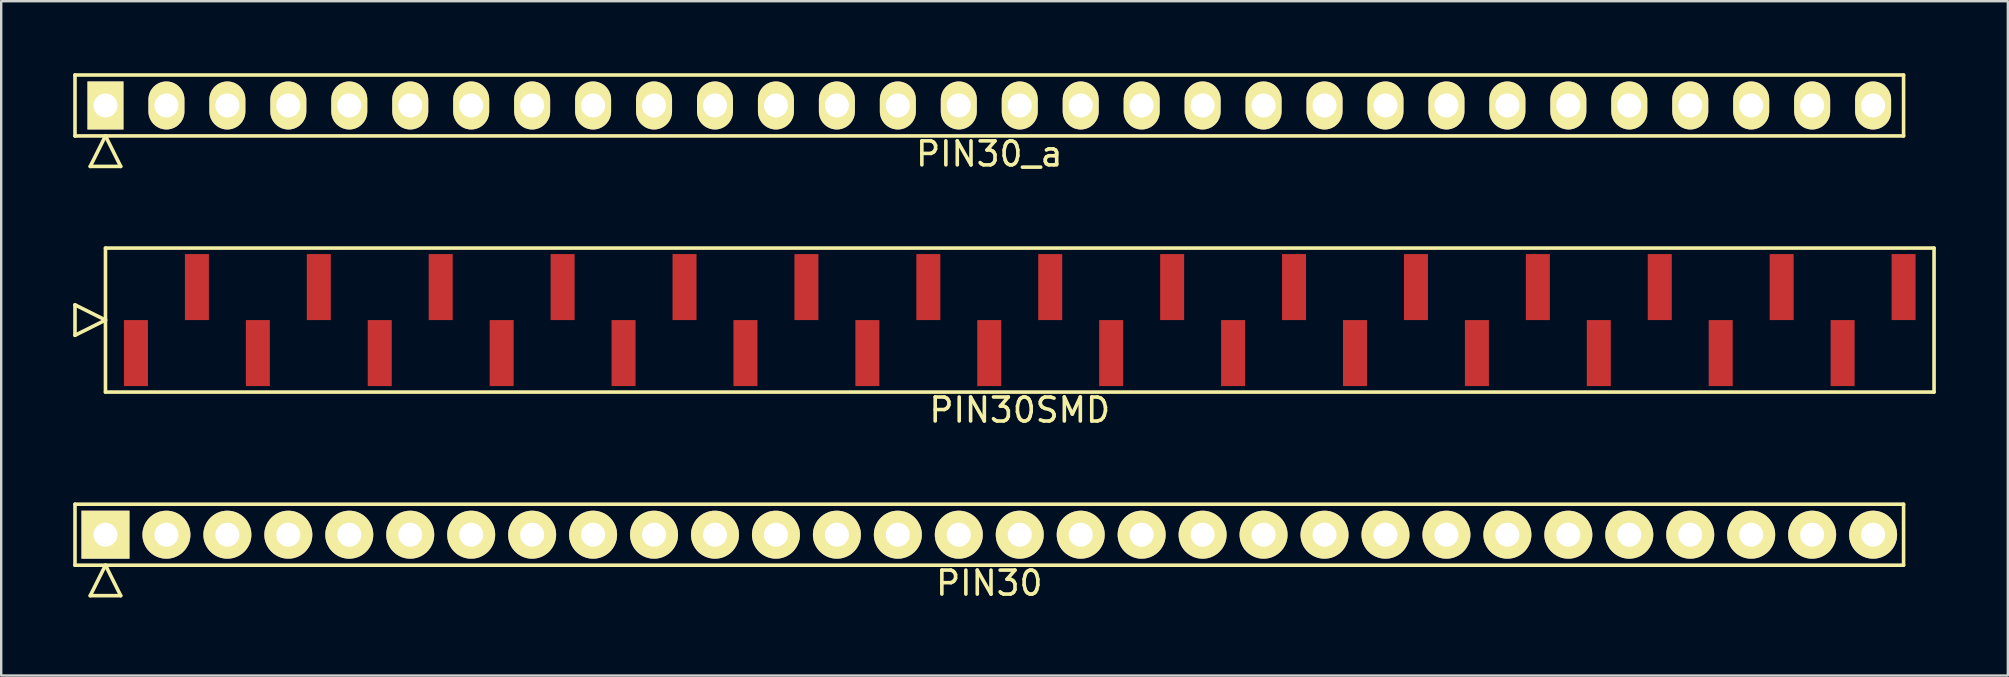
<source format=kicad_pcb>
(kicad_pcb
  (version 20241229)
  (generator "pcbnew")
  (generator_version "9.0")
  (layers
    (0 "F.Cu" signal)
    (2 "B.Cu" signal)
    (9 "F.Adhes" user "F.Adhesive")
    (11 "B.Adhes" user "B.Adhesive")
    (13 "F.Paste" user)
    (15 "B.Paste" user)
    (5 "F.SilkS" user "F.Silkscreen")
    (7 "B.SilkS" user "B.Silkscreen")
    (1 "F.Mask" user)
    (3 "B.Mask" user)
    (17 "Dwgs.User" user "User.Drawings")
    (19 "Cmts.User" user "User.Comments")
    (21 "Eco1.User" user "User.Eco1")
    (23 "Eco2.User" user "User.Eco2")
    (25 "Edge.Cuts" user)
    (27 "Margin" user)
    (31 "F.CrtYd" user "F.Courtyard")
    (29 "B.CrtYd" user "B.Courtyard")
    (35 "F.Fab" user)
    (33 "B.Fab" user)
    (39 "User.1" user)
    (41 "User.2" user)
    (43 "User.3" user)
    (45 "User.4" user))
  (footprint "PIN30_a"
    (layer "F.Cu")
    (at 38.175 1.345)
    (property "Reference" "PIN30_a" (at 0 2.02 0) (layer "F.SilkS") (effects (font (size 1 1) (thickness 0.15))))
    (attr through_hole)
    (fp_line (start -38.1 -1.27) (end -38.1 1.27) (stroke (width 0.15) (type solid)) (layer "F.SilkS"))
    (fp_line (start -38.1 1.27) (end 38.1 1.27) (stroke (width 0.15) (type solid)) (layer "F.SilkS"))
    (fp_line (start -37.465 2.54) (end -36.83 1.27) (stroke (width 0.15) (type solid)) (layer "F.SilkS"))
    (fp_line (start -37.465 2.54) (end -36.195 2.54) (stroke (width 0.15) (type solid)) (layer "F.SilkS"))
    (fp_line (start -36.195 2.54) (end -36.83 1.27) (stroke (width 0.15) (type solid)) (layer "F.SilkS"))
    (fp_line (start 38.1 -1.27) (end -38.1 -1.27) (stroke (width 0.15) (type solid)) (layer "F.SilkS"))
    (fp_line (start 38.1 1.27) (end 38.1 -1.27) (stroke (width 0.15) (type solid)) (layer "F.SilkS"))
    (pad "1" thru_hole rect (at -36.83 0) (size 1.5 2) (drill 1) (layers "*.Cu" "*.Mask" "F.SilkS"))
    (pad "2" thru_hole oval (at -34.29 0) (size 1.5 2) (drill 1) (layers "*.Cu" "*.Mask" "F.SilkS"))
    (pad "3" thru_hole oval (at -31.75 0) (size 1.5 2) (drill 1) (layers "*.Cu" "*.Mask" "F.SilkS"))
    (pad "4" thru_hole oval (at -29.21 0) (size 1.5 2) (drill 1) (layers "*.Cu" "*.Mask" "F.SilkS"))
    (pad "5" thru_hole oval (at -26.67 0) (size 1.5 2) (drill 1) (layers "*.Cu" "*.Mask" "F.SilkS"))
    (pad "6" thru_hole oval (at -24.13 0) (size 1.5 2) (drill 1) (layers "*.Cu" "*.Mask" "F.SilkS"))
    (pad "7" thru_hole oval (at -21.59 0) (size 1.5 2) (drill 1) (layers "*.Cu" "*.Mask" "F.SilkS"))
    (pad "8" thru_hole oval (at -19.05 0) (size 1.5 2) (drill 1) (layers "*.Cu" "*.Mask" "F.SilkS"))
    (pad "9" thru_hole oval (at -16.51 0) (size 1.5 2) (drill 1) (layers "*.Cu" "*.Mask" "F.SilkS"))
    (pad "10" thru_hole oval (at -13.97 0) (size 1.5 2) (drill 1) (layers "*.Cu" "*.Mask" "F.SilkS"))
    (pad "11" thru_hole oval (at -11.43 0) (size 1.5 2) (drill 1) (layers "*.Cu" "*.Mask" "F.SilkS"))
    (pad "12" thru_hole oval (at -8.89 0) (size 1.5 2) (drill 1) (layers "*.Cu" "*.Mask" "F.SilkS"))
    (pad "13" thru_hole oval (at -6.35 0) (size 1.5 2) (drill 1) (layers "*.Cu" "*.Mask" "F.SilkS"))
    (pad "14" thru_hole oval (at -3.81 0) (size 1.5 2) (drill 1) (layers "*.Cu" "*.Mask" "F.SilkS"))
    (pad "15" thru_hole oval (at -1.27 0) (size 1.5 2) (drill 1) (layers "*.Cu" "*.Mask" "F.SilkS"))
    (pad "16" thru_hole oval (at 1.27 0) (size 1.5 2) (drill 1) (layers "*.Cu" "*.Mask" "F.SilkS"))
    (pad "17" thru_hole oval (at 3.81 0) (size 1.5 2) (drill 1) (layers "*.Cu" "*.Mask" "F.SilkS"))
    (pad "18" thru_hole oval (at 6.35 0) (size 1.5 2) (drill 1) (layers "*.Cu" "*.Mask" "F.SilkS"))
    (pad "19" thru_hole oval (at 8.89 0) (size 1.5 2) (drill 1) (layers "*.Cu" "*.Mask" "F.SilkS"))
    (pad "20" thru_hole oval (at 11.43 0) (size 1.5 2) (drill 1) (layers "*.Cu" "*.Mask" "F.SilkS"))
    (pad "21" thru_hole oval (at 13.97 0) (size 1.5 2) (drill 1) (layers "*.Cu" "*.Mask" "F.SilkS"))
    (pad "22" thru_hole oval (at 16.51 0) (size 1.5 2) (drill 1) (layers "*.Cu" "*.Mask" "F.SilkS"))
    (pad "23" thru_hole oval (at 19.05 0) (size 1.5 2) (drill 1) (layers "*.Cu" "*.Mask" "F.SilkS"))
    (pad "24" thru_hole oval (at 21.59 0) (size 1.5 2) (drill 1) (layers "*.Cu" "*.Mask" "F.SilkS"))
    (pad "25" thru_hole oval (at 24.13 0) (size 1.5 2) (drill 1) (layers "*.Cu" "*.Mask" "F.SilkS"))
    (pad "26" thru_hole oval (at 26.67 0) (size 1.5 2) (drill 1) (layers "*.Cu" "*.Mask" "F.SilkS"))
    (pad "27" thru_hole oval (at 29.21 0) (size 1.5 2) (drill 1) (layers "*.Cu" "*.Mask" "F.SilkS"))
    (pad "28" thru_hole oval (at 31.75 0) (size 1.5 2) (drill 1) (layers "*.Cu" "*.Mask" "F.SilkS"))
    (pad "29" thru_hole oval (at 34.29 0) (size 1.5 2) (drill 1) (layers "*.Cu" "*.Mask" "F.SilkS"))
    (pad "30" thru_hole oval (at 36.83 0) (size 1.5 2) (drill 1) (layers "*.Cu" "*.Mask" "F.SilkS")))
  (footprint "PIN30"
    (layer "F.Cu")
    (at 38.175 19.232)
    (property "Reference" "PIN30" (at 0 2.02 0) (layer "F.SilkS") (effects (font (size 1 1) (thickness 0.15))))
    (attr through_hole)
    (fp_line (start -38.1 -1.27) (end -38.1 1.27) (stroke (width 0.15) (type solid)) (layer "F.SilkS"))
    (fp_line (start -38.1 1.27) (end 38.1 1.27) (stroke (width 0.15) (type solid)) (layer "F.SilkS"))
    (fp_line (start -37.465 2.54) (end -36.83 1.27) (stroke (width 0.15) (type solid)) (layer "F.SilkS"))
    (fp_line (start -37.465 2.54) (end -36.195 2.54) (stroke (width 0.15) (type solid)) (layer "F.SilkS"))
    (fp_line (start -36.195 2.54) (end -36.83 1.27) (stroke (width 0.15) (type solid)) (layer "F.SilkS"))
    (fp_line (start 38.1 -1.27) (end -38.1 -1.27) (stroke (width 0.15) (type solid)) (layer "F.SilkS"))
    (fp_line (start 38.1 1.27) (end 38.1 -1.27) (stroke (width 0.15) (type solid)) (layer "F.SilkS"))
    (pad "1" thru_hole rect (at -36.83 0) (size 2 2) (drill 1) (layers "*.Cu" "*.Mask" "F.SilkS"))
    (pad "2" thru_hole oval (at -34.29 0) (size 2 2) (drill 1) (layers "*.Cu" "*.Mask" "F.SilkS"))
    (pad "3" thru_hole oval (at -31.75 0) (size 2 2) (drill 1) (layers "*.Cu" "*.Mask" "F.SilkS"))
    (pad "4" thru_hole oval (at -29.21 0) (size 2 2) (drill 1) (layers "*.Cu" "*.Mask" "F.SilkS"))
    (pad "5" thru_hole oval (at -26.67 0) (size 2 2) (drill 1) (layers "*.Cu" "*.Mask" "F.SilkS"))
    (pad "6" thru_hole oval (at -24.13 0) (size 2 2) (drill 1) (layers "*.Cu" "*.Mask" "F.SilkS"))
    (pad "7" thru_hole oval (at -21.59 0) (size 2 2) (drill 1) (layers "*.Cu" "*.Mask" "F.SilkS"))
    (pad "8" thru_hole oval (at -19.05 0) (size 2 2) (drill 1) (layers "*.Cu" "*.Mask" "F.SilkS"))
    (pad "9" thru_hole oval (at -16.51 0) (size 2 2) (drill 1) (layers "*.Cu" "*.Mask" "F.SilkS"))
    (pad "10" thru_hole oval (at -13.97 0) (size 2 2) (drill 1) (layers "*.Cu" "*.Mask" "F.SilkS"))
    (pad "11" thru_hole oval (at -11.43 0) (size 2 2) (drill 1) (layers "*.Cu" "*.Mask" "F.SilkS"))
    (pad "12" thru_hole oval (at -8.89 0) (size 2 2) (drill 1) (layers "*.Cu" "*.Mask" "F.SilkS"))
    (pad "13" thru_hole oval (at -6.35 0) (size 2 2) (drill 1) (layers "*.Cu" "*.Mask" "F.SilkS"))
    (pad "14" thru_hole oval (at -3.81 0) (size 2 2) (drill 1) (layers "*.Cu" "*.Mask" "F.SilkS"))
    (pad "15" thru_hole oval (at -1.27 0) (size 2 2) (drill 1) (layers "*.Cu" "*.Mask" "F.SilkS"))
    (pad "16" thru_hole oval (at 1.27 0) (size 2 2) (drill 1) (layers "*.Cu" "*.Mask" "F.SilkS"))
    (pad "17" thru_hole oval (at 3.81 0) (size 2 2) (drill 1) (layers "*.Cu" "*.Mask" "F.SilkS"))
    (pad "18" thru_hole oval (at 6.35 0) (size 2 2) (drill 1) (layers "*.Cu" "*.Mask" "F.SilkS"))
    (pad "19" thru_hole oval (at 8.89 0) (size 2 2) (drill 1) (layers "*.Cu" "*.Mask" "F.SilkS"))
    (pad "20" thru_hole oval (at 11.43 0) (size 2 2) (drill 1) (layers "*.Cu" "*.Mask" "F.SilkS"))
    (pad "21" thru_hole oval (at 13.97 0) (size 2 2) (drill 1) (layers "*.Cu" "*.Mask" "F.SilkS"))
    (pad "22" thru_hole oval (at 16.51 0) (size 2 2) (drill 1) (layers "*.Cu" "*.Mask" "F.SilkS"))
    (pad "23" thru_hole oval (at 19.05 0) (size 2 2) (drill 1) (layers "*.Cu" "*.Mask" "F.SilkS"))
    (pad "24" thru_hole oval (at 21.59 0) (size 2 2) (drill 1) (layers "*.Cu" "*.Mask" "F.SilkS"))
    (pad "25" thru_hole oval (at 24.13 0) (size 2 2) (drill 1) (layers "*.Cu" "*.Mask" "F.SilkS"))
    (pad "26" thru_hole oval (at 26.67 0) (size 2 2) (drill 1) (layers "*.Cu" "*.Mask" "F.SilkS"))
    (pad "27" thru_hole oval (at 29.21 0) (size 2 2) (drill 1) (layers "*.Cu" "*.Mask" "F.SilkS"))
    (pad "28" thru_hole oval (at 31.75 0) (size 2 2) (drill 1) (layers "*.Cu" "*.Mask" "F.SilkS"))
    (pad "29" thru_hole oval (at 34.29 0) (size 2 2) (drill 1) (layers "*.Cu" "*.Mask" "F.SilkS"))
    (pad "30" thru_hole oval (at 36.83 0) (size 2 2) (drill 1) (layers "*.Cu" "*.Mask" "F.SilkS")))
  (footprint "PIN30SMD"
    (layer "F.Cu")
    (at 39.445 10.288)
    (property "Reference" "PIN30SMD" (at 0 3.75 0) (layer "F.SilkS") (effects (font (size 1 1) (thickness 0.15))))
    (attr through_hole)
    (fp_line (start -39.37 0.635) (end -39.37 -0.635) (stroke (width 0.15) (type solid)) (layer "F.SilkS"))
    (fp_line (start -38.1 -3) (end -38.1 3) (stroke (width 0.15) (type solid)) (layer "F.SilkS"))
    (fp_line (start -38.1 0) (end -39.37 -0.635) (stroke (width 0.15) (type solid)) (layer "F.SilkS"))
    (fp_line (start -38.1 0) (end -39.37 0.635) (stroke (width 0.15) (type solid)) (layer "F.SilkS"))
    (fp_line (start -38.1 3) (end 38.1 3) (stroke (width 0.15) (type solid)) (layer "F.SilkS"))
    (fp_line (start 38.1 -3) (end -38.1 -3) (stroke (width 0.15) (type solid)) (layer "F.SilkS"))
    (fp_line (start 38.1 3) (end 38.1 -3) (stroke (width 0.15) (type solid)) (layer "F.SilkS"))
    (pad "1" smd rect (at -36.83 1.375) (size 1 2.75) (layers "F.Cu" "F.Mask" "F.Paste"))
    (pad "2" smd rect (at -34.29 -1.375) (size 1 2.75) (layers "F.Cu" "F.Mask" "F.Paste"))
    (pad "3" smd rect (at -31.75 1.375) (size 1 2.75) (layers "F.Cu" "F.Mask" "F.Paste"))
    (pad "4" smd rect (at -29.21 -1.375) (size 1 2.75) (layers "F.Cu" "F.Mask" "F.Paste"))
    (pad "5" smd rect (at -26.67 1.375) (size 1 2.75) (layers "F.Cu" "F.Mask" "F.Paste"))
    (pad "6" smd rect (at -24.13 -1.375) (size 1 2.75) (layers "F.Cu" "F.Mask" "F.Paste"))
    (pad "7" smd rect (at -21.59 1.375) (size 1 2.75) (layers "F.Cu" "F.Mask" "F.Paste"))
    (pad "8" smd rect (at -19.05 -1.375) (size 1 2.75) (layers "F.Cu" "F.Mask" "F.Paste"))
    (pad "9" smd rect (at -16.51 1.375) (size 1 2.75) (layers "F.Cu" "F.Mask" "F.Paste"))
    (pad "10" smd rect (at -13.97 -1.375) (size 1 2.75) (layers "F.Cu" "F.Mask" "F.Paste"))
    (pad "11" smd rect (at -11.43 1.375) (size 1 2.75) (layers "F.Cu" "F.Mask" "F.Paste"))
    (pad "12" smd rect (at -8.89 -1.375) (size 1 2.75) (layers "F.Cu" "F.Mask" "F.Paste"))
    (pad "13" smd rect (at -6.35 1.375) (size 1 2.75) (layers "F.Cu" "F.Mask" "F.Paste"))
    (pad "14" smd rect (at -3.81 -1.375) (size 1 2.75) (layers "F.Cu" "F.Mask" "F.Paste"))
    (pad "15" smd rect (at -1.27 1.375) (size 1 2.75) (layers "F.Cu" "F.Mask" "F.Paste"))
    (pad "16" smd rect (at 1.27 -1.375) (size 1 2.75) (layers "F.Cu" "F.Mask" "F.Paste"))
    (pad "17" smd rect (at 3.81 1.375) (size 1 2.75) (layers "F.Cu" "F.Mask" "F.Paste"))
    (pad "18" smd rect (at 6.35 -1.375) (size 1 2.75) (layers "F.Cu" "F.Mask" "F.Paste"))
    (pad "19" smd rect (at 8.89 1.375) (size 1 2.75) (layers "F.Cu" "F.Mask" "F.Paste"))
    (pad "20" smd rect (at 11.43 -1.375) (size 1 2.75) (layers "F.Cu" "F.Mask" "F.Paste"))
    (pad "21" smd rect (at 13.97 1.375) (size 1 2.75) (layers "F.Cu" "F.Mask" "F.Paste"))
    (pad "22" smd rect (at 16.51 -1.375) (size 1 2.75) (layers "F.Cu" "F.Mask" "F.Paste"))
    (pad "23" smd rect (at 19.05 1.375) (size 1 2.75) (layers "F.Cu" "F.Mask" "F.Paste"))
    (pad "24" smd rect (at 21.59 -1.375) (size 1 2.75) (layers "F.Cu" "F.Mask" "F.Paste"))
    (pad "25" smd rect (at 24.13 1.375) (size 1 2.75) (layers "F.Cu" "F.Mask" "F.Paste"))
    (pad "26" smd rect (at 26.67 -1.375) (size 1 2.75) (layers "F.Cu" "F.Mask" "F.Paste"))
    (pad "27" smd rect (at 29.21 1.375) (size 1 2.75) (layers "F.Cu" "F.Mask" "F.Paste"))
    (pad "28" smd rect (at 31.75 -1.375) (size 1 2.75) (layers "F.Cu" "F.Mask" "F.Paste"))
    (pad "29" smd rect (at 34.29 1.375) (size 1 2.75) (layers "F.Cu" "F.Mask" "F.Paste"))
    (pad "30" smd rect (at 36.83 -1.375) (size 1 2.75) (layers "F.Cu" "F.Mask" "F.Paste")))
  (gr_rect
    (start -3 -3)
    (end 80.62 25.1)
    (stroke (width 0.1) (type default))
    (fill no)
    (layer "Edge.Cuts")))
</source>
